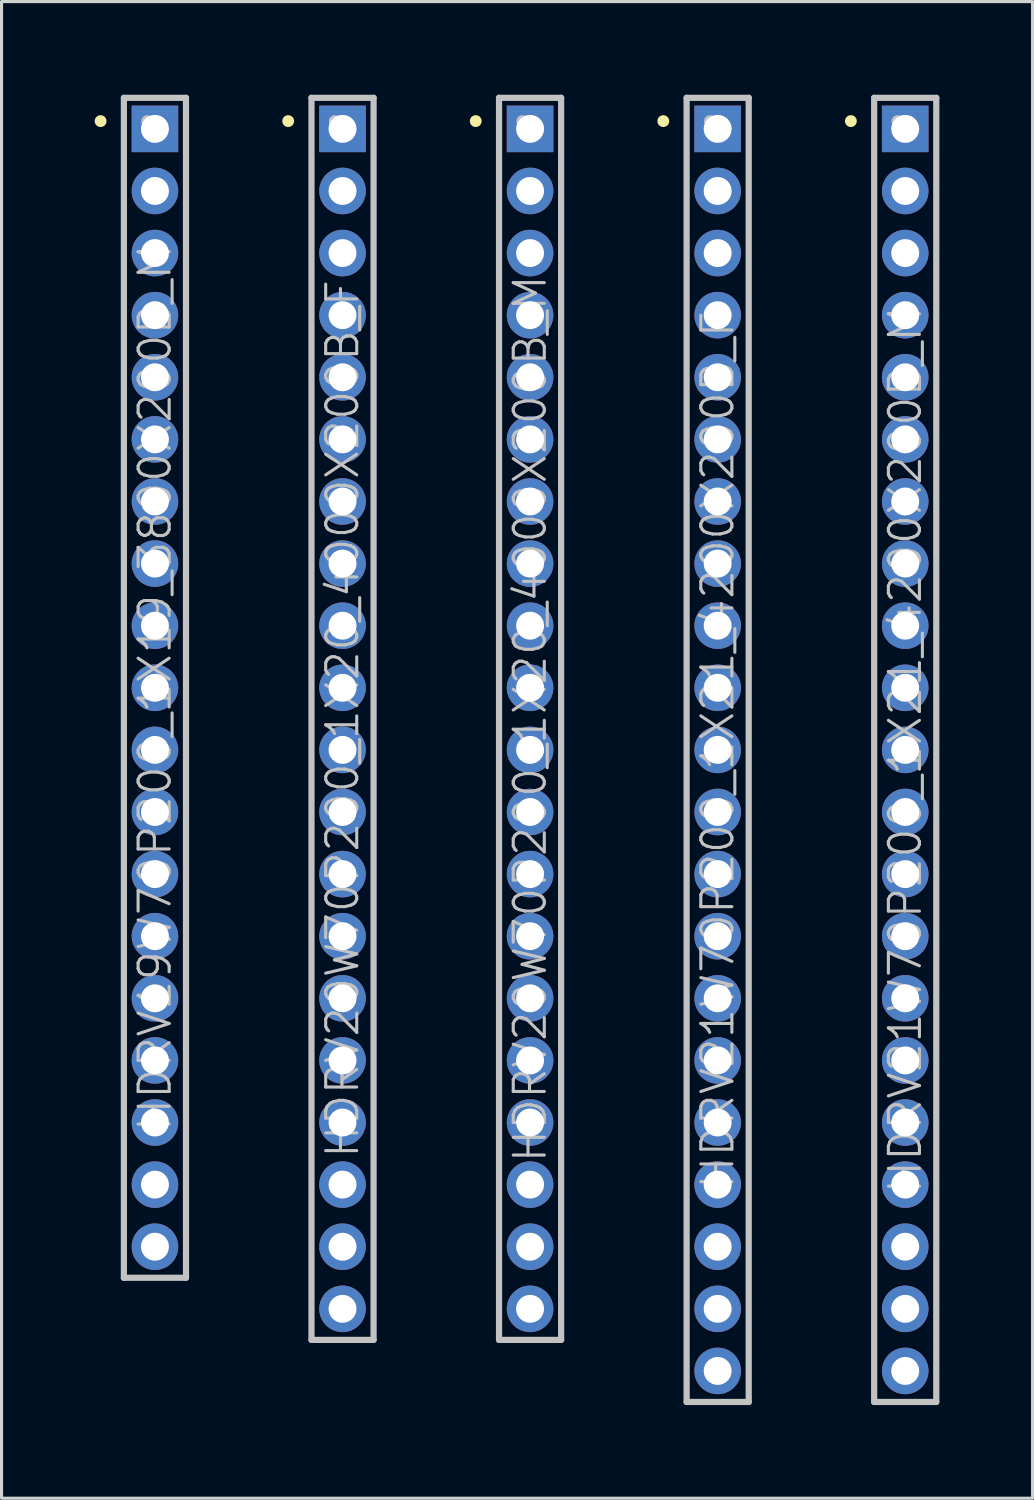
<source format=kicad_pcb>
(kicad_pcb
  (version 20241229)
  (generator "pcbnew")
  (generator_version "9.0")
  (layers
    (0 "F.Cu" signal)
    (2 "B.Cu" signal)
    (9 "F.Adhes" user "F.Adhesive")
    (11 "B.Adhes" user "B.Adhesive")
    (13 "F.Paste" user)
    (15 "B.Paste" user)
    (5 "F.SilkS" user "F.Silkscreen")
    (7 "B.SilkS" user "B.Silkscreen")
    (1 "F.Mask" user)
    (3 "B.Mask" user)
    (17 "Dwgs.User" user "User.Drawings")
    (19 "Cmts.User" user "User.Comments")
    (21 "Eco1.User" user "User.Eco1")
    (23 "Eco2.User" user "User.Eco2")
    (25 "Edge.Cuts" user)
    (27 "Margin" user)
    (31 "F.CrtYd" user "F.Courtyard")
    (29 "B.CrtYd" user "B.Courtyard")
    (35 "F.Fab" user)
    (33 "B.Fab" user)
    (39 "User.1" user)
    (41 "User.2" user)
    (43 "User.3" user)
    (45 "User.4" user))
  (footprint "HDRV21W70P200_1X21_4200X200B_M"
    (layer "F.Cu")
    (at 26.102 21.1)
    (property "Reference" "HDRV21W70P200_1X21_4200X200B_M" (at 0 0 90) (layer "Dwgs.User") (effects (font (size 1 1) (thickness 0.1))))
    (attr through_hole)
    (fp_line (start -1.75 -20.25) (end -1.75 -20.25) (stroke (width 0.381) (type solid)) (layer "F.SilkS"))
    (fp_line (start -1 -21) (end -1 21) (stroke (width 0.2) (type solid)) (layer "Dwgs.User"))
    (fp_line (start -1 -21) (end 1 -21) (stroke (width 0.2) (type solid)) (layer "Dwgs.User"))
    (fp_line (start -1 21) (end 1 21) (stroke (width 0.2) (type solid)) (layer "Dwgs.User"))
    (fp_line (start -0.25 -20.25) (end -0.25 -20.25) (stroke (width 0.381) (type solid)) (layer "Dwgs.User"))
    (fp_line (start 1 -21) (end 1 21) (stroke (width 0.2) (type solid)) (layer "Dwgs.User"))
    (pad "1" thru_hole rect (at 0 -20) (size 1.5 1.5) (drill 0.9) (layers "*.Cu" "*.Mask"))
    (pad "2" thru_hole circle (at 0 -18 270) (size 1.5 1.5) (drill 0.9) (layers "*.Cu" "*.Mask"))
    (pad "3" thru_hole circle (at 0 -16 270) (size 1.5 1.5) (drill 0.9) (layers "*.Cu" "*.Mask"))
    (pad "4" thru_hole circle (at 0 -14 270) (size 1.5 1.5) (drill 0.9) (layers "*.Cu" "*.Mask"))
    (pad "5" thru_hole circle (at 0 -12 270) (size 1.5 1.5) (drill 0.9) (layers "*.Cu" "*.Mask"))
    (pad "6" thru_hole circle (at 0 -10 270) (size 1.5 1.5) (drill 0.9) (layers "*.Cu" "*.Mask"))
    (pad "7" thru_hole circle (at 0 -8 270) (size 1.5 1.5) (drill 0.9) (layers "*.Cu" "*.Mask"))
    (pad "8" thru_hole circle (at 0 -6 270) (size 1.5 1.5) (drill 0.9) (layers "*.Cu" "*.Mask"))
    (pad "9" thru_hole circle (at 0 -4 270) (size 1.5 1.5) (drill 0.9) (layers "*.Cu" "*.Mask"))
    (pad "10" thru_hole circle (at 0 -2 270) (size 1.5 1.5) (drill 0.9) (layers "*.Cu" "*.Mask"))
    (pad "11" thru_hole circle (at 0 0 270) (size 1.5 1.5) (drill 0.9) (layers "*.Cu" "*.Mask"))
    (pad "12" thru_hole circle (at 0 2 270) (size 1.5 1.5) (drill 0.9) (layers "*.Cu" "*.Mask"))
    (pad "13" thru_hole circle (at 0 4 270) (size 1.5 1.5) (drill 0.9) (layers "*.Cu" "*.Mask"))
    (pad "14" thru_hole circle (at 0 6 270) (size 1.5 1.5) (drill 0.9) (layers "*.Cu" "*.Mask"))
    (pad "15" thru_hole circle (at 0 8 270) (size 1.5 1.5) (drill 0.9) (layers "*.Cu" "*.Mask"))
    (pad "16" thru_hole circle (at 0 10 270) (size 1.5 1.5) (drill 0.9) (layers "*.Cu" "*.Mask"))
    (pad "17" thru_hole circle (at 0 12 270) (size 1.5 1.5) (drill 0.9) (layers "*.Cu" "*.Mask"))
    (pad "18" thru_hole circle (at 0 14 270) (size 1.5 1.5) (drill 0.9) (layers "*.Cu" "*.Mask"))
    (pad "19" thru_hole circle (at 0 16 270) (size 1.5 1.5) (drill 0.9) (layers "*.Cu" "*.Mask"))
    (pad "20" thru_hole circle (at 0 18 270) (size 1.5 1.5) (drill 0.9) (layers "*.Cu" "*.Mask"))
    (pad "21" thru_hole circle (at 0 20 270) (size 1.5 1.5) (drill 0.9) (layers "*.Cu" "*.Mask")))
  (footprint "HDRV19W70P200_1X19_3800X200B_M"
    (layer "F.Cu")
    (at 1.94 19.1)
    (property "Reference" "HDRV19W70P200_1X19_3800X200B_M" (at 0 0 90) (layer "Dwgs.User") (effects (font (size 1 1) (thickness 0.1))))
    (attr through_hole)
    (fp_line (start -1.75 -18.25) (end -1.75 -18.25) (stroke (width 0.381) (type solid)) (layer "F.SilkS"))
    (fp_line (start -1 -19) (end -1 19) (stroke (width 0.2) (type solid)) (layer "Dwgs.User"))
    (fp_line (start -1 -19) (end 1 -19) (stroke (width 0.2) (type solid)) (layer "Dwgs.User"))
    (fp_line (start -1 19) (end 1 19) (stroke (width 0.2) (type solid)) (layer "Dwgs.User"))
    (fp_line (start -0.25 -18.25) (end -0.25 -18.25) (stroke (width 0.381) (type solid)) (layer "Dwgs.User"))
    (fp_line (start 1 -19) (end 1 19) (stroke (width 0.2) (type solid)) (layer "Dwgs.User"))
    (pad "1" thru_hole rect (at 0 -18) (size 1.5 1.5) (drill 0.9) (layers "*.Cu" "*.Mask"))
    (pad "2" thru_hole circle (at 0 -16 270) (size 1.5 1.5) (drill 0.9) (layers "*.Cu" "*.Mask"))
    (pad "3" thru_hole circle (at 0 -14 270) (size 1.5 1.5) (drill 0.9) (layers "*.Cu" "*.Mask"))
    (pad "4" thru_hole circle (at 0 -12 270) (size 1.5 1.5) (drill 0.9) (layers "*.Cu" "*.Mask"))
    (pad "5" thru_hole circle (at 0 -10 270) (size 1.5 1.5) (drill 0.9) (layers "*.Cu" "*.Mask"))
    (pad "6" thru_hole circle (at 0 -8 270) (size 1.5 1.5) (drill 0.9) (layers "*.Cu" "*.Mask"))
    (pad "7" thru_hole circle (at 0 -6 270) (size 1.5 1.5) (drill 0.9) (layers "*.Cu" "*.Mask"))
    (pad "8" thru_hole circle (at 0 -4 270) (size 1.5 1.5) (drill 0.9) (layers "*.Cu" "*.Mask"))
    (pad "9" thru_hole circle (at 0 -2 270) (size 1.5 1.5) (drill 0.9) (layers "*.Cu" "*.Mask"))
    (pad "10" thru_hole circle (at 0 0 270) (size 1.5 1.5) (drill 0.9) (layers "*.Cu" "*.Mask"))
    (pad "11" thru_hole circle (at 0 2 270) (size 1.5 1.5) (drill 0.9) (layers "*.Cu" "*.Mask"))
    (pad "12" thru_hole circle (at 0 4 270) (size 1.5 1.5) (drill 0.9) (layers "*.Cu" "*.Mask"))
    (pad "13" thru_hole circle (at 0 6 270) (size 1.5 1.5) (drill 0.9) (layers "*.Cu" "*.Mask"))
    (pad "14" thru_hole circle (at 0 8 270) (size 1.5 1.5) (drill 0.9) (layers "*.Cu" "*.Mask"))
    (pad "15" thru_hole circle (at 0 10 270) (size 1.5 1.5) (drill 0.9) (layers "*.Cu" "*.Mask"))
    (pad "16" thru_hole circle (at 0 12 270) (size 1.5 1.5) (drill 0.9) (layers "*.Cu" "*.Mask"))
    (pad "17" thru_hole circle (at 0 14 270) (size 1.5 1.5) (drill 0.9) (layers "*.Cu" "*.Mask"))
    (pad "18" thru_hole circle (at 0 16 270) (size 1.5 1.5) (drill 0.9) (layers "*.Cu" "*.Mask"))
    (pad "19" thru_hole circle (at 0 18 270) (size 1.5 1.5) (drill 0.9) (layers "*.Cu" "*.Mask")))
  (footprint "HDRV20W70P200_1X20_4000X200B_M"
    (layer "F.Cu")
    (at 14.021 20.1)
    (property "Reference" "HDRV20W70P200_1X20_4000X200B_M" (at 0 0 90) (layer "Dwgs.User") (effects (font (size 1 1) (thickness 0.1))))
    (attr through_hole)
    (fp_line (start -1.75 -19.25) (end -1.75 -19.25) (stroke (width 0.381) (type solid)) (layer "F.SilkS"))
    (fp_line (start -1 -20) (end -1 20) (stroke (width 0.2) (type solid)) (layer "Dwgs.User"))
    (fp_line (start -1 -20) (end 1 -20) (stroke (width 0.2) (type solid)) (layer "Dwgs.User"))
    (fp_line (start -1 20) (end 1 20) (stroke (width 0.2) (type solid)) (layer "Dwgs.User"))
    (fp_line (start -0.25 -19.25) (end -0.25 -19.25) (stroke (width 0.381) (type solid)) (layer "Dwgs.User"))
    (fp_line (start 1 -20) (end 1 20) (stroke (width 0.2) (type solid)) (layer "Dwgs.User"))
    (pad "1" thru_hole rect (at 0 -19) (size 1.5 1.5) (drill 0.9) (layers "*.Cu" "*.Mask"))
    (pad "2" thru_hole circle (at 0 -17 270) (size 1.5 1.5) (drill 0.9) (layers "*.Cu" "*.Mask"))
    (pad "3" thru_hole circle (at 0 -15 270) (size 1.5 1.5) (drill 0.9) (layers "*.Cu" "*.Mask"))
    (pad "4" thru_hole circle (at 0 -13 270) (size 1.5 1.5) (drill 0.9) (layers "*.Cu" "*.Mask"))
    (pad "5" thru_hole circle (at 0 -11 270) (size 1.5 1.5) (drill 0.9) (layers "*.Cu" "*.Mask"))
    (pad "6" thru_hole circle (at 0 -9 270) (size 1.5 1.5) (drill 0.9) (layers "*.Cu" "*.Mask"))
    (pad "7" thru_hole circle (at 0 -7 270) (size 1.5 1.5) (drill 0.9) (layers "*.Cu" "*.Mask"))
    (pad "8" thru_hole circle (at 0 -5 270) (size 1.5 1.5) (drill 0.9) (layers "*.Cu" "*.Mask"))
    (pad "9" thru_hole circle (at 0 -3 270) (size 1.5 1.5) (drill 0.9) (layers "*.Cu" "*.Mask"))
    (pad "10" thru_hole circle (at 0 -1 270) (size 1.5 1.5) (drill 0.9) (layers "*.Cu" "*.Mask"))
    (pad "11" thru_hole circle (at 0 1 270) (size 1.5 1.5) (drill 0.9) (layers "*.Cu" "*.Mask"))
    (pad "12" thru_hole circle (at 0 3 270) (size 1.5 1.5) (drill 0.9) (layers "*.Cu" "*.Mask"))
    (pad "13" thru_hole circle (at 0 5 270) (size 1.5 1.5) (drill 0.9) (layers "*.Cu" "*.Mask"))
    (pad "14" thru_hole circle (at 0 7 270) (size 1.5 1.5) (drill 0.9) (layers "*.Cu" "*.Mask"))
    (pad "15" thru_hole circle (at 0 9 270) (size 1.5 1.5) (drill 0.9) (layers "*.Cu" "*.Mask"))
    (pad "16" thru_hole circle (at 0 11 270) (size 1.5 1.5) (drill 0.9) (layers "*.Cu" "*.Mask"))
    (pad "17" thru_hole circle (at 0 13 270) (size 1.5 1.5) (drill 0.9) (layers "*.Cu" "*.Mask"))
    (pad "18" thru_hole circle (at 0 15 270) (size 1.5 1.5) (drill 0.9) (layers "*.Cu" "*.Mask"))
    (pad "19" thru_hole circle (at 0 17 270) (size 1.5 1.5) (drill 0.9) (layers "*.Cu" "*.Mask"))
    (pad "20" thru_hole circle (at 0 19 270) (size 1.5 1.5) (drill 0.9) (layers "*.Cu" "*.Mask")))
  (footprint "HDRV21W70P200_1X21_4200X200B_F"
    (layer "F.Cu")
    (at 20.062 21.1)
    (property "Reference" "HDRV21W70P200_1X21_4200X200B_F" (at 0 0 90) (layer "Dwgs.User") (effects (font (size 1 1) (thickness 0.1))))
    (attr through_hole)
    (fp_line (start -1.75 -20.25) (end -1.75 -20.25) (stroke (width 0.381) (type solid)) (layer "F.SilkS"))
    (fp_line (start -1 -21) (end -1 21) (stroke (width 0.2) (type solid)) (layer "Dwgs.User"))
    (fp_line (start -1 -21) (end 1 -21) (stroke (width 0.2) (type solid)) (layer "Dwgs.User"))
    (fp_line (start -1 21) (end 1 21) (stroke (width 0.2) (type solid)) (layer "Dwgs.User"))
    (fp_line (start -0.25 -20.25) (end -0.25 -20.25) (stroke (width 0.381) (type solid)) (layer "Dwgs.User"))
    (fp_line (start 1 -21) (end 1 21) (stroke (width 0.2) (type solid)) (layer "Dwgs.User"))
    (pad "1" thru_hole rect (at 0 -20) (size 1.5 1.5) (drill 0.9) (layers "*.Cu" "*.Mask"))
    (pad "2" thru_hole circle (at 0 -18 270) (size 1.5 1.5) (drill 0.9) (layers "*.Cu" "*.Mask"))
    (pad "3" thru_hole circle (at 0 -16 270) (size 1.5 1.5) (drill 0.9) (layers "*.Cu" "*.Mask"))
    (pad "4" thru_hole circle (at 0 -14 270) (size 1.5 1.5) (drill 0.9) (layers "*.Cu" "*.Mask"))
    (pad "5" thru_hole circle (at 0 -12 270) (size 1.5 1.5) (drill 0.9) (layers "*.Cu" "*.Mask"))
    (pad "6" thru_hole circle (at 0 -10 270) (size 1.5 1.5) (drill 0.9) (layers "*.Cu" "*.Mask"))
    (pad "7" thru_hole circle (at 0 -8 270) (size 1.5 1.5) (drill 0.9) (layers "*.Cu" "*.Mask"))
    (pad "8" thru_hole circle (at 0 -6 270) (size 1.5 1.5) (drill 0.9) (layers "*.Cu" "*.Mask"))
    (pad "9" thru_hole circle (at 0 -4 270) (size 1.5 1.5) (drill 0.9) (layers "*.Cu" "*.Mask"))
    (pad "10" thru_hole circle (at 0 -2 270) (size 1.5 1.5) (drill 0.9) (layers "*.Cu" "*.Mask"))
    (pad "11" thru_hole circle (at 0 0 270) (size 1.5 1.5) (drill 0.9) (layers "*.Cu" "*.Mask"))
    (pad "12" thru_hole circle (at 0 2 270) (size 1.5 1.5) (drill 0.9) (layers "*.Cu" "*.Mask"))
    (pad "13" thru_hole circle (at 0 4 270) (size 1.5 1.5) (drill 0.9) (layers "*.Cu" "*.Mask"))
    (pad "14" thru_hole circle (at 0 6 270) (size 1.5 1.5) (drill 0.9) (layers "*.Cu" "*.Mask"))
    (pad "15" thru_hole circle (at 0 8 270) (size 1.5 1.5) (drill 0.9) (layers "*.Cu" "*.Mask"))
    (pad "16" thru_hole circle (at 0 10 270) (size 1.5 1.5) (drill 0.9) (layers "*.Cu" "*.Mask"))
    (pad "17" thru_hole circle (at 0 12 270) (size 1.5 1.5) (drill 0.9) (layers "*.Cu" "*.Mask"))
    (pad "18" thru_hole circle (at 0 14 270) (size 1.5 1.5) (drill 0.9) (layers "*.Cu" "*.Mask"))
    (pad "19" thru_hole circle (at 0 16 270) (size 1.5 1.5) (drill 0.9) (layers "*.Cu" "*.Mask"))
    (pad "20" thru_hole circle (at 0 18 270) (size 1.5 1.5) (drill 0.9) (layers "*.Cu" "*.Mask"))
    (pad "21" thru_hole circle (at 0 20 270) (size 1.5 1.5) (drill 0.9) (layers "*.Cu" "*.Mask")))
  (footprint "HDRV20W70P200_1X20_4000X200B_F"
    (layer "F.Cu")
    (at 7.981 20.1)
    (property "Reference" "HDRV20W70P200_1X20_4000X200B_F" (at 0 0 90) (layer "Dwgs.User") (effects (font (size 1 1) (thickness 0.1))))
    (attr through_hole)
    (fp_line (start -1.75 -19.25) (end -1.75 -19.25) (stroke (width 0.381) (type solid)) (layer "F.SilkS"))
    (fp_line (start -1 -20) (end -1 20) (stroke (width 0.2) (type solid)) (layer "Dwgs.User"))
    (fp_line (start -1 -20) (end 1 -20) (stroke (width 0.2) (type solid)) (layer "Dwgs.User"))
    (fp_line (start -1 20) (end 1 20) (stroke (width 0.2) (type solid)) (layer "Dwgs.User"))
    (fp_line (start -0.25 -19.25) (end -0.25 -19.25) (stroke (width 0.381) (type solid)) (layer "Dwgs.User"))
    (fp_line (start 1 -20) (end 1 20) (stroke (width 0.2) (type solid)) (layer "Dwgs.User"))
    (pad "1" thru_hole rect (at 0 -19) (size 1.5 1.5) (drill 0.9) (layers "*.Cu" "*.Mask"))
    (pad "2" thru_hole circle (at 0 -17 270) (size 1.5 1.5) (drill 0.9) (layers "*.Cu" "*.Mask"))
    (pad "3" thru_hole circle (at 0 -15 270) (size 1.5 1.5) (drill 0.9) (layers "*.Cu" "*.Mask"))
    (pad "4" thru_hole circle (at 0 -13 270) (size 1.5 1.5) (drill 0.9) (layers "*.Cu" "*.Mask"))
    (pad "5" thru_hole circle (at 0 -11 270) (size 1.5 1.5) (drill 0.9) (layers "*.Cu" "*.Mask"))
    (pad "6" thru_hole circle (at 0 -9 270) (size 1.5 1.5) (drill 0.9) (layers "*.Cu" "*.Mask"))
    (pad "7" thru_hole circle (at 0 -7 270) (size 1.5 1.5) (drill 0.9) (layers "*.Cu" "*.Mask"))
    (pad "8" thru_hole circle (at 0 -5 270) (size 1.5 1.5) (drill 0.9) (layers "*.Cu" "*.Mask"))
    (pad "9" thru_hole circle (at 0 -3 270) (size 1.5 1.5) (drill 0.9) (layers "*.Cu" "*.Mask"))
    (pad "10" thru_hole circle (at 0 -1 270) (size 1.5 1.5) (drill 0.9) (layers "*.Cu" "*.Mask"))
    (pad "11" thru_hole circle (at 0 1 270) (size 1.5 1.5) (drill 0.9) (layers "*.Cu" "*.Mask"))
    (pad "12" thru_hole circle (at 0 3 270) (size 1.5 1.5) (drill 0.9) (layers "*.Cu" "*.Mask"))
    (pad "13" thru_hole circle (at 0 5 270) (size 1.5 1.5) (drill 0.9) (layers "*.Cu" "*.Mask"))
    (pad "14" thru_hole circle (at 0 7 270) (size 1.5 1.5) (drill 0.9) (layers "*.Cu" "*.Mask"))
    (pad "15" thru_hole circle (at 0 9 270) (size 1.5 1.5) (drill 0.9) (layers "*.Cu" "*.Mask"))
    (pad "16" thru_hole circle (at 0 11 270) (size 1.5 1.5) (drill 0.9) (layers "*.Cu" "*.Mask"))
    (pad "17" thru_hole circle (at 0 13 270) (size 1.5 1.5) (drill 0.9) (layers "*.Cu" "*.Mask"))
    (pad "18" thru_hole circle (at 0 15 270) (size 1.5 1.5) (drill 0.9) (layers "*.Cu" "*.Mask"))
    (pad "19" thru_hole circle (at 0 17 270) (size 1.5 1.5) (drill 0.9) (layers "*.Cu" "*.Mask"))
    (pad "20" thru_hole circle (at 0 19 270) (size 1.5 1.5) (drill 0.9) (layers "*.Cu" "*.Mask")))
  (gr_rect
    (start -3 -3)
    (end 30.203 45.2)
    (stroke (width 0.1) (type default))
    (fill no)
    (layer "Edge.Cuts")))
</source>
